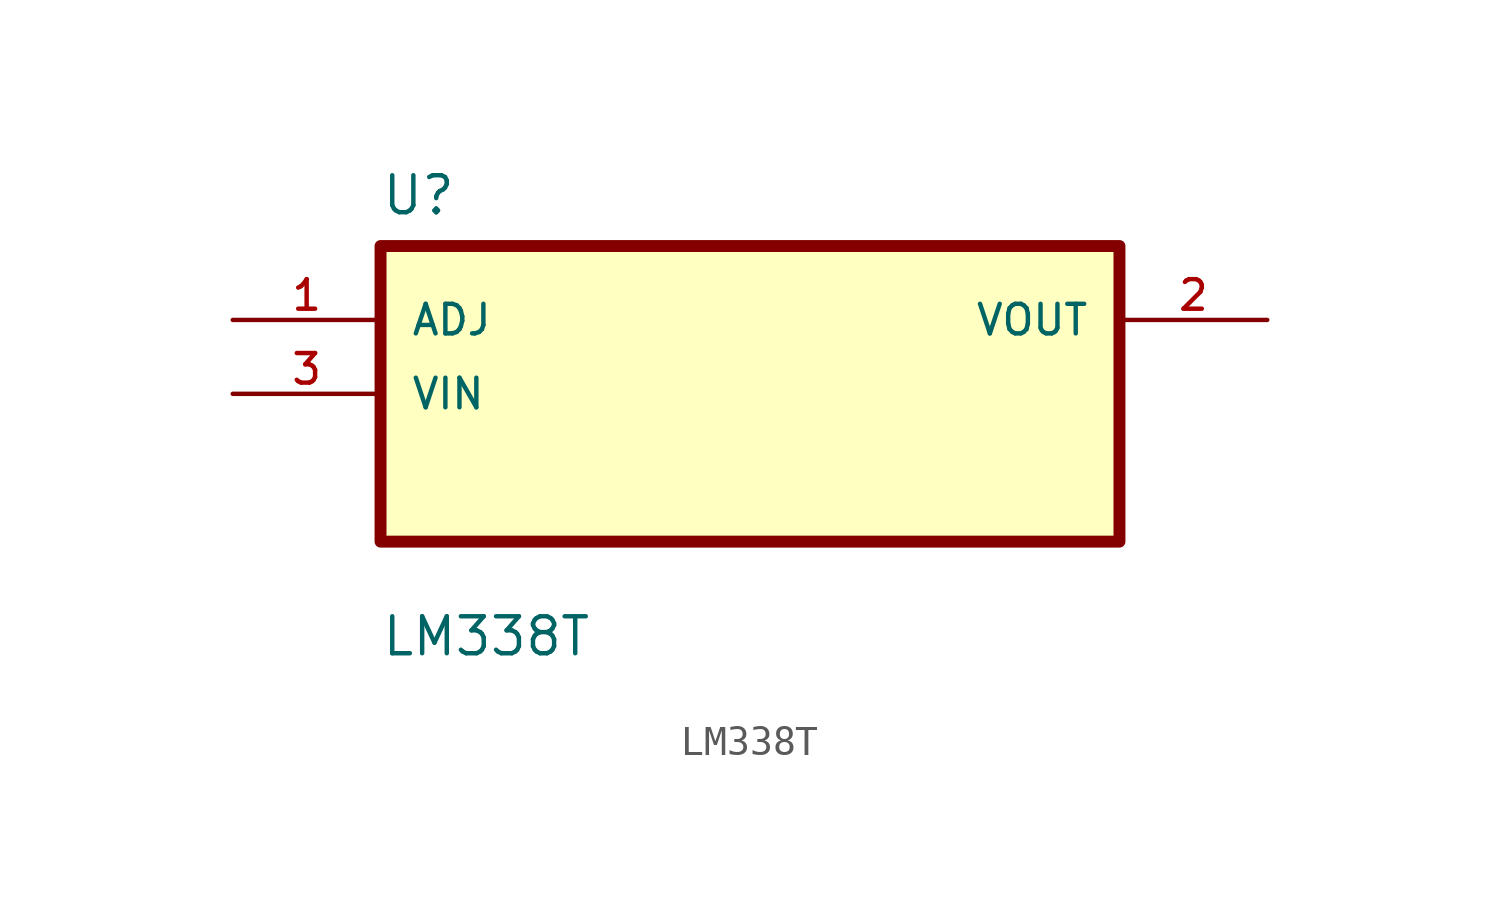
<source format=kicad_sym>
(kicad_symbol_lib
  (version 20211014)
  (generator kicad_symbol_editor)
  (symbol "LM338T"
    (pin_names
      (offset 1.016))
    (property "Reference" "U"
      (at -12.7 6.08 0.0)
      (effects (font (size 1.27 1.27)) (justify bottom left)))
    (property "Value" "LM338T"
      (at -12.7 -9.08 0.0)
      (effects (font (size 1.27 1.27)) (justify bottom left)))
    (symbol "LM338T_0_0"
      (rectangle (start -12.7 -5.08) (end 12.7 5.08) (stroke (width 0.41)) (fill (type background)))
      (pin input line (at -17.78 2.54 0) (length 5.08) (name "ADJ" (effects (font (size 1.016 1.016)))) (number "1" (effects (font (size 1.016 1.016)))))
      (pin input line (at -17.78 0.0 0) (length 5.08) (name "VIN" (effects (font (size 1.016 1.016)))) (number "3" (effects (font (size 1.016 1.016)))))
      (pin output line (at 17.78 2.54 180.0) (length 5.08) (name "VOUT" (effects (font (size 1.016 1.016)))) (number "2" (effects (font (size 1.016 1.016))))))))
</source>
